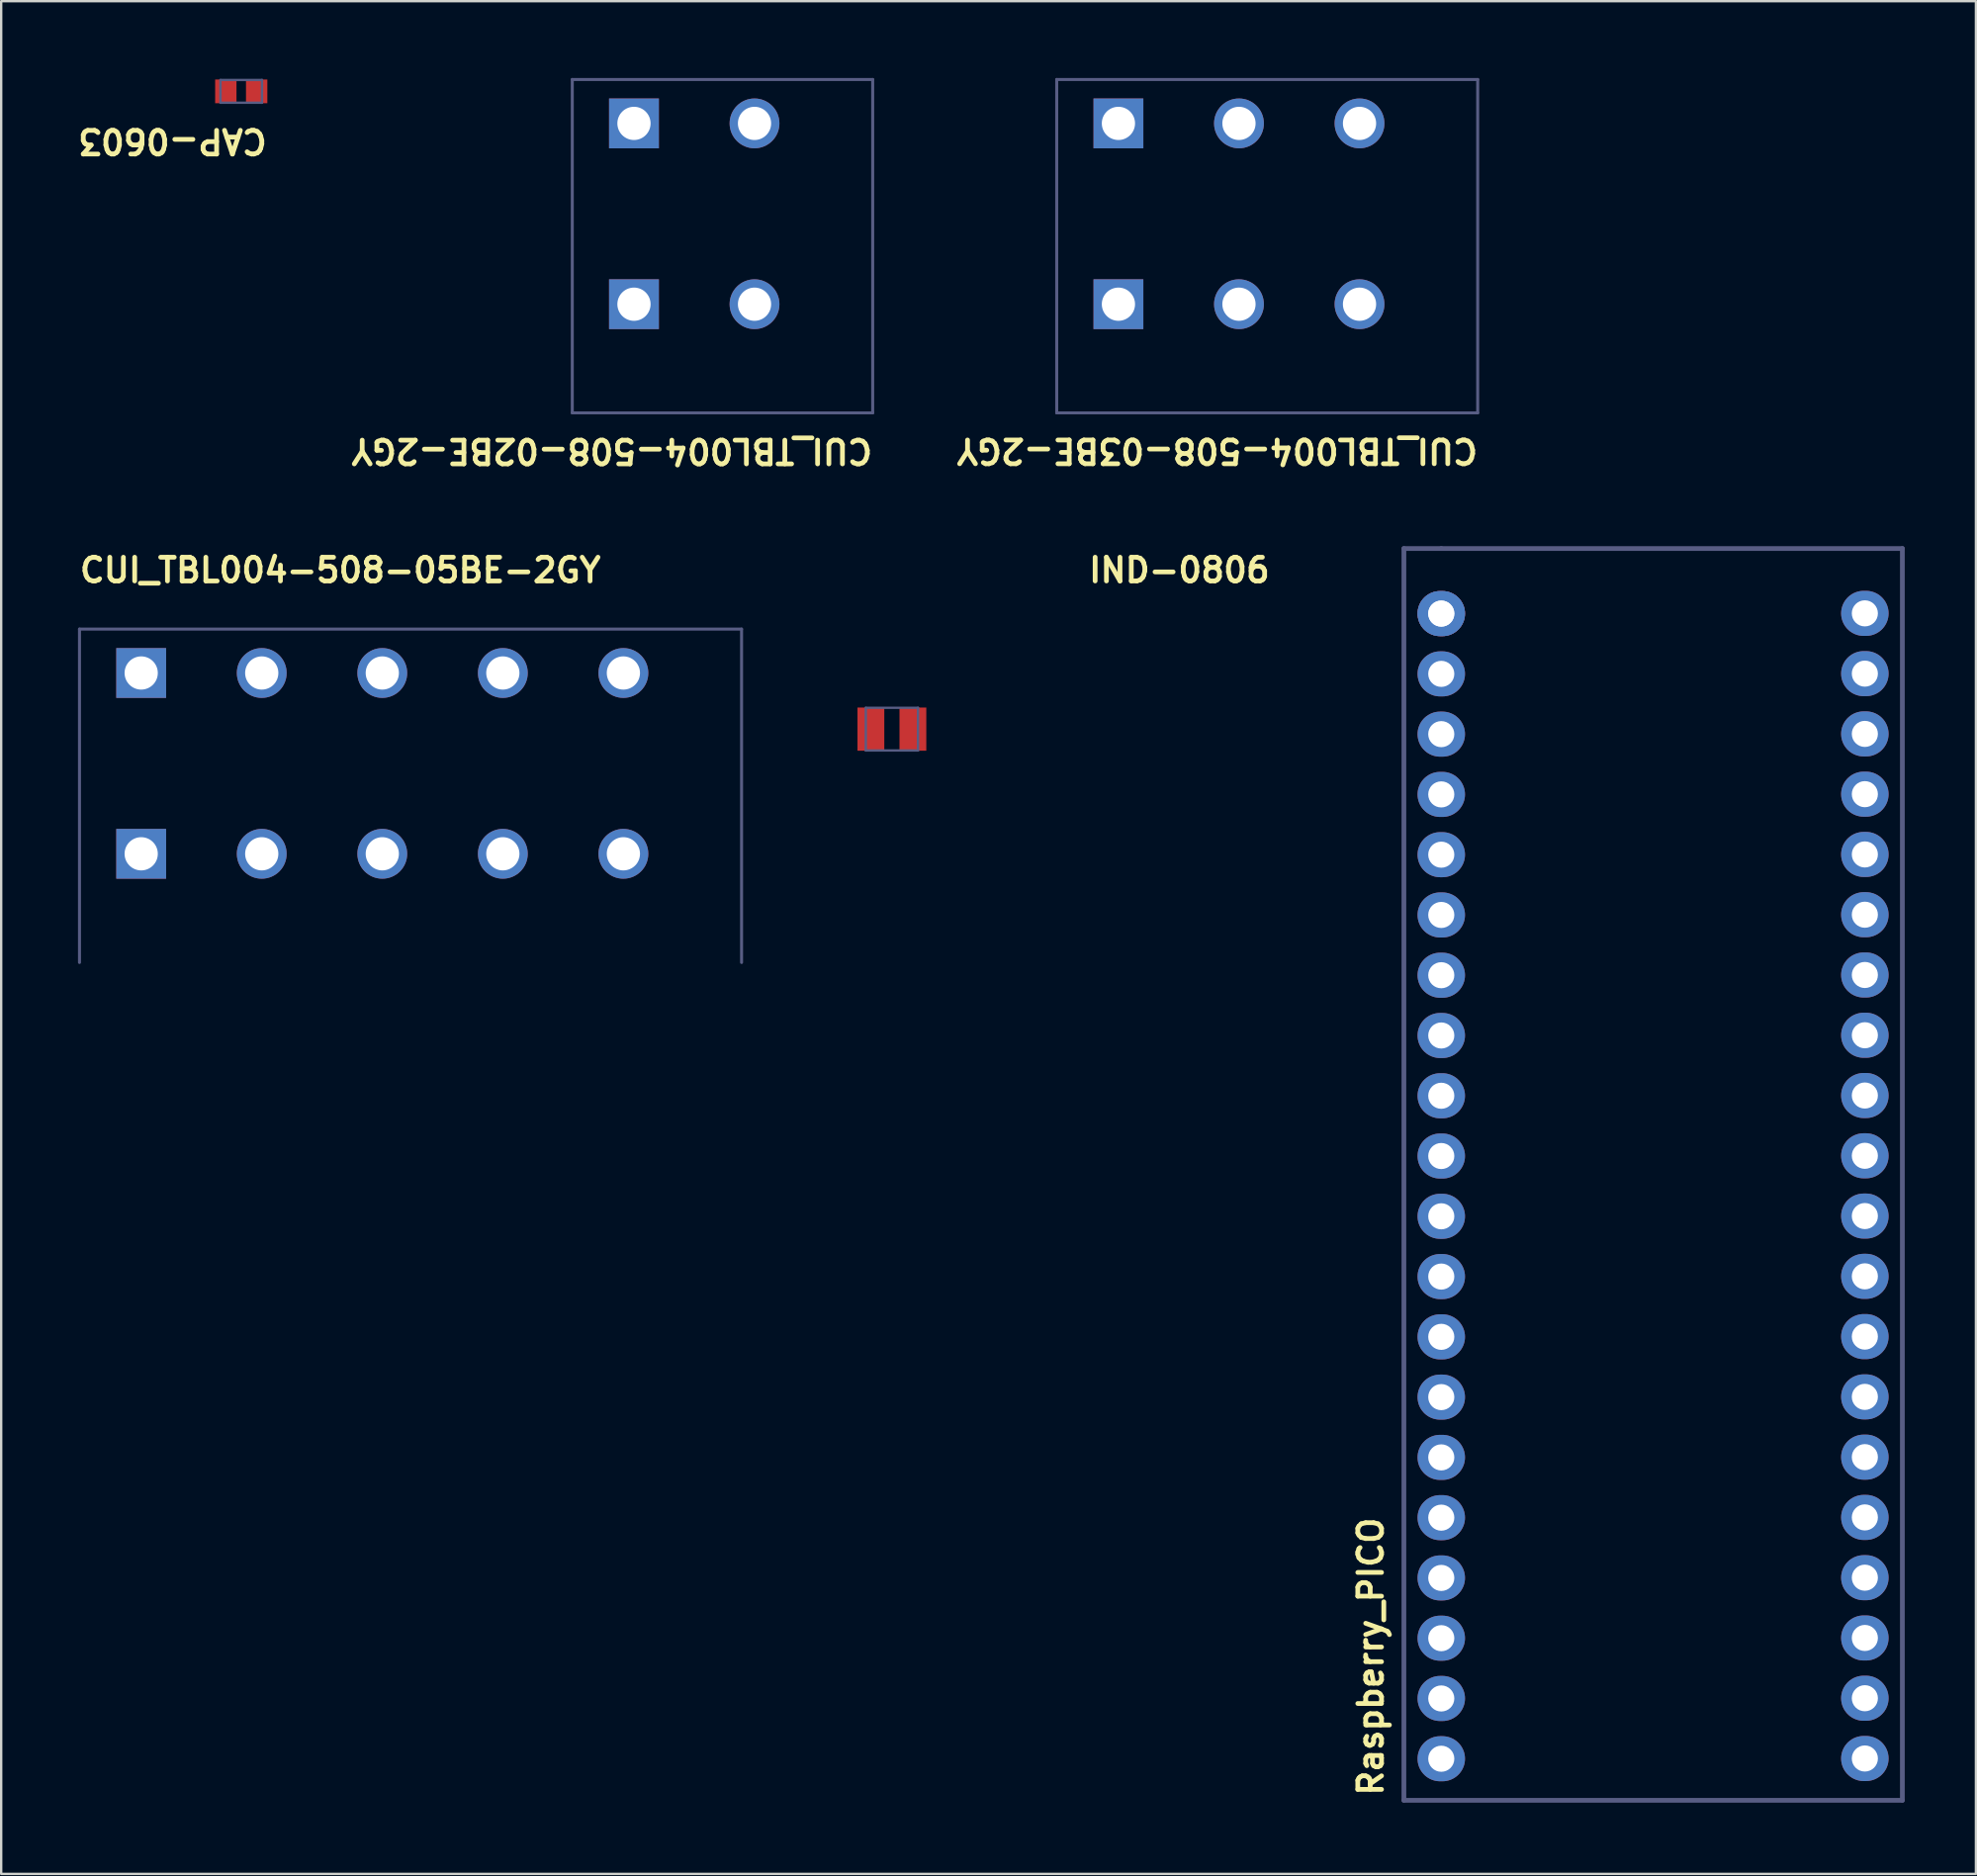
<source format=kicad_pcb>
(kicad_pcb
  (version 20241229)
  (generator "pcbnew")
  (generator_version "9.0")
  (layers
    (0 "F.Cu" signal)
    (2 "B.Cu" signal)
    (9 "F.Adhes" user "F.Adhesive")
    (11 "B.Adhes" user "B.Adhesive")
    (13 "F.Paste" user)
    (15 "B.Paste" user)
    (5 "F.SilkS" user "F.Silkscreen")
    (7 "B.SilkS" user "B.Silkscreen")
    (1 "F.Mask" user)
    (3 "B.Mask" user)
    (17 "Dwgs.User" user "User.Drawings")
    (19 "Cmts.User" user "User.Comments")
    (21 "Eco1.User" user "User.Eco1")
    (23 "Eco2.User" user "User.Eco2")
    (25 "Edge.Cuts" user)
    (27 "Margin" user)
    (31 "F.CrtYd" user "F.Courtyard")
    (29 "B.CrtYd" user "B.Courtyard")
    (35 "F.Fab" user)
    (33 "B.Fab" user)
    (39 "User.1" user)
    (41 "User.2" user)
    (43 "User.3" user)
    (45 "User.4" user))
  (footprint "CUI_TBL004-508-03BE-2GY"
    (layer "F.Cu")
    (at 44.081 2.15)
    (property "Reference" "CUI_TBL004-508-03BE-2GY" (at 15.249 13.21 180) (unlocked yes) (layer "F.SilkS") (effects (font (size 1 1) (thickness 0.2)) (justify left bottom)))
    (fp_line (start -2.85 -2.1) (end -2.85 12.45) (stroke (width 0.1) (type solid)) (layer "Eco1.User"))
    (fp_line (start 15.39 -2.1) (end -2.85 -2.1) (stroke (width 0.1) (type solid)) (layer "Eco1.User"))
    (fp_line (start 15.39 -2.1) (end 15.39 12.45) (stroke (width 0.1) (type solid)) (layer "Eco1.User"))
    (fp_line (start 15.39 12.45) (end -2.85 12.45) (stroke (width 0.1) (type solid)) (layer "Eco1.User"))
    (fp_line (start -2.6 -1.85) (end -2.6 12.2) (stroke (width 0.127) (type solid)) (layer "B.Fab"))
    (fp_line (start 15.14 -1.85) (end -2.6 -1.85) (stroke (width 0.127) (type solid)) (layer "B.Fab"))
    (fp_line (start 15.14 -1.85) (end 15.14 12.2) (stroke (width 0.127) (type solid)) (layer "B.Fab"))
    (fp_line (start 15.14 12.2) (end -2.6 12.2) (stroke (width 0.127) (type solid)) (layer "B.Fab"))
    (pad "1_A" thru_hole rect (at 0 0) (size 2.1 2.1) (drill 1.4) (layers "*.Cu" "*.Mask"))
    (pad "1_B" thru_hole rect (at 0 7.62) (size 2.1 2.1) (drill 1.4) (layers "*.Cu" "*.Mask"))
    (pad "2_A" thru_hole circle (at 5.08 0) (size 2.1 2.1) (drill 1.4) (layers "*.Cu" "*.Mask"))
    (pad "2_B" thru_hole circle (at 5.08 7.62) (size 2.1 2.1) (drill 1.4) (layers "*.Cu" "*.Mask"))
    (pad "3_A" thru_hole circle (at 10.16 0) (size 2.1 2.1) (drill 1.4) (layers "*.Cu" "*.Mask"))
    (pad "3_B" thru_hole circle (at 10.16 7.62) (size 2.1 2.1) (drill 1.4) (layers "*.Cu" "*.Mask")))
  (footprint "Raspberry_PICO"
    (layer "F.Cu")
    (at 57.686 22.809)
    (property "Reference" "Raspberry_PICO" (at -2.385 49.921 90) (unlocked yes) (layer "F.SilkS") (effects (font (size 1 1) (thickness 0.2)) (justify left bottom)))
    (fp_line (start -1.575 50.013) (end -1.575 -2.743) (stroke (width 0.2) (type solid)) (layer "B.Fab"))
    (fp_line (start 0 -2.743) (end -1.575 -2.743) (stroke (width 0.2) (type solid)) (layer "B.Fab"))
    (fp_line (start 19.431 -2.743) (end 0 -2.743) (stroke (width 0.2) (type solid)) (layer "B.Fab"))
    (fp_line (start 19.431 50.013) (end -1.575 50.013) (stroke (width 0.2) (type solid)) (layer "B.Fab"))
    (fp_line (start 19.431 50.013) (end 19.431 -2.743) (stroke (width 0.2) (type solid)) (layer "B.Fab"))
    (fp_text user "${REFERENCE}" (at 5.5 31.305 90) (unlocked yes) (layer "User.2") (effects (font (size 2 2) (thickness 0.254))))
    (pad "1" thru_hole oval (at 0 0 180) (size 2 1.9) (drill 1.1) (layers "*.Cu" "*.Mask"))
    (pad "1" thru_hole oval (at 0 0 180) (size 2 1.9) (drill 1.1) (layers "*.Cu" "*.Mask"))
    (pad "2" thru_hole oval (at 0 2.54 180) (size 2 1.9) (drill 1.1) (layers "*.Cu" "*.Mask"))
    (pad "3" thru_hole oval (at 0 5.08 180) (size 2 1.9) (drill 1.1) (layers "*.Cu" "*.Mask"))
    (pad "4" thru_hole oval (at 0 7.62 180) (size 2 1.9) (drill 1.1) (layers "*.Cu" "*.Mask"))
    (pad "5" thru_hole oval (at 0 10.16 180) (size 2 1.9) (drill 1.1) (layers "*.Cu" "*.Mask"))
    (pad "6" thru_hole oval (at 0 12.7 180) (size 2 1.9) (drill 1.1) (layers "*.Cu" "*.Mask"))
    (pad "7" thru_hole oval (at 0 15.24 180) (size 2 1.9) (drill 1.1) (layers "*.Cu" "*.Mask"))
    (pad "8" thru_hole oval (at 0 17.78 180) (size 2 1.9) (drill 1.1) (layers "*.Cu" "*.Mask"))
    (pad "9" thru_hole oval (at 0 20.32 180) (size 2 1.9) (drill 1.1) (layers "*.Cu" "*.Mask"))
    (pad "10" thru_hole oval (at 0 22.86 180) (size 2 1.9) (drill 1.1) (layers "*.Cu" "*.Mask"))
    (pad "11" thru_hole oval (at 0 25.4 180) (size 2 1.9) (drill 1.1) (layers "*.Cu" "*.Mask"))
    (pad "12" thru_hole oval (at 0 27.94 180) (size 2 1.9) (drill 1.1) (layers "*.Cu" "*.Mask"))
    (pad "13" thru_hole oval (at 0 30.48 180) (size 2 1.9) (drill 1.1) (layers "*.Cu" "*.Mask"))
    (pad "14" thru_hole oval (at 0 33.02 180) (size 2 1.9) (drill 1.1) (layers "*.Cu" "*.Mask"))
    (pad "15" thru_hole oval (at 0 35.56 180) (size 2 1.9) (drill 1.1) (layers "*.Cu" "*.Mask"))
    (pad "16" thru_hole oval (at 0 38.1 180) (size 2 1.9) (drill 1.1) (layers "*.Cu" "*.Mask"))
    (pad "17" thru_hole oval (at 0 40.64 180) (size 2 1.9) (drill 1.1) (layers "*.Cu" "*.Mask"))
    (pad "18" thru_hole oval (at 0 43.18 180) (size 2 1.9) (drill 1.1) (layers "*.Cu" "*.Mask"))
    (pad "19" thru_hole oval (at 0 45.72 180) (size 2 1.9) (drill 1.1) (layers "*.Cu" "*.Mask"))
    (pad "20" thru_hole oval (at 0 48.26 180) (size 2 1.9) (drill 1.1) (layers "*.Cu" "*.Mask"))
    (pad "21" thru_hole oval (at 17.85 48.25 180) (size 2 1.9) (drill 1.1) (layers "*.Cu" "*.Mask"))
    (pad "22" thru_hole oval (at 17.85 45.71 180) (size 2 1.9) (drill 1.1) (layers "*.Cu" "*.Mask"))
    (pad "23" thru_hole oval (at 17.85 43.17 180) (size 2 1.9) (drill 1.1) (layers "*.Cu" "*.Mask"))
    (pad "24" thru_hole oval (at 17.85 40.63 180) (size 2 1.9) (drill 1.1) (layers "*.Cu" "*.Mask"))
    (pad "25" thru_hole oval (at 17.85 38.09 180) (size 2 1.9) (drill 1.1) (layers "*.Cu" "*.Mask"))
    (pad "26" thru_hole oval (at 17.85 35.55 180) (size 2 1.9) (drill 1.1) (layers "*.Cu" "*.Mask"))
    (pad "27" thru_hole oval (at 17.85 33.01 180) (size 2 1.9) (drill 1.1) (layers "*.Cu" "*.Mask"))
    (pad "28" thru_hole oval (at 17.85 30.47 180) (size 2 1.9) (drill 1.1) (layers "*.Cu" "*.Mask"))
    (pad "29" thru_hole oval (at 17.85 27.93 180) (size 2 1.9) (drill 1.1) (layers "*.Cu" "*.Mask"))
    (pad "30" thru_hole oval (at 17.85 25.39 180) (size 2 1.9) (drill 1.1) (layers "*.Cu" "*.Mask"))
    (pad "31" thru_hole oval (at 17.85 22.85 180) (size 2 1.9) (drill 1.1) (layers "*.Cu" "*.Mask"))
    (pad "32" thru_hole oval (at 17.85 20.31 180) (size 2 1.9) (drill 1.1) (layers "*.Cu" "*.Mask"))
    (pad "33" thru_hole oval (at 17.85 17.77 180) (size 2 1.9) (drill 1.1) (layers "*.Cu" "*.Mask"))
    (pad "34" thru_hole oval (at 17.85 15.23 180) (size 2 1.9) (drill 1.1) (layers "*.Cu" "*.Mask"))
    (pad "35" thru_hole oval (at 17.85 12.69 180) (size 2 1.9) (drill 1.1) (layers "*.Cu" "*.Mask"))
    (pad "36" thru_hole oval (at 17.85 10.15 180) (size 2 1.9) (drill 1.1) (layers "*.Cu" "*.Mask"))
    (pad "37" thru_hole oval (at 17.85 7.61 180) (size 2 1.9) (drill 1.1) (layers "*.Cu" "*.Mask"))
    (pad "38" thru_hole oval (at 17.85 5.07 180) (size 2 1.9) (drill 1.1) (layers "*.Cu" "*.Mask"))
    (pad "39" thru_hole oval (at 17.85 2.53 180) (size 2 1.9) (drill 1.1) (layers "*.Cu" "*.Mask"))
    (pad "40" thru_hole oval (at 17.85 -0.01 180) (size 2 1.9) (drill 1.1) (layers "*.Cu" "*.Mask")))
  (footprint "CAP-0603"
    (layer "F.Cu")
    (at 7.116 0.8)
    (property "Reference" "CAP-0603" (at 1.189 1.509 180) (unlocked yes) (layer "F.SilkS") (effects (font (size 1 1) (thickness 0.2)) (justify left bottom)))
    (fp_line (start -1.35 -0.75) (end -1.35 0.75) (stroke (width 0.1) (type solid)) (layer "Eco1.User"))
    (fp_line (start 1.35 -0.75) (end -1.35 -0.75) (stroke (width 0.1) (type solid)) (layer "Eco1.User"))
    (fp_line (start 1.35 -0.75) (end 1.35 0.75) (stroke (width 0.1) (type solid)) (layer "Eco1.User"))
    (fp_line (start 1.35 0.75) (end -1.35 0.75) (stroke (width 0.1) (type solid)) (layer "Eco1.User"))
    (fp_line (start -0.875 -0.48) (end -0.875 0.48) (stroke (width 0.1) (type solid)) (layer "B.Fab"))
    (fp_line (start 0.875 -0.48) (end -0.875 -0.48) (stroke (width 0.1) (type solid)) (layer "B.Fab"))
    (fp_line (start 0.875 -0.48) (end 0.875 0.48) (stroke (width 0.1) (type solid)) (layer "B.Fab"))
    (fp_line (start 0.875 0.48) (end -0.875 0.48) (stroke (width 0.1) (type solid)) (layer "B.Fab"))
    (fp_text user "${REFERENCE}" (at -1.15 0.3 0) (unlocked yes) (layer "User.2") (effects (font (size 0.55 0.55) (thickness 0.254))))
    (pad "1" smd rect (at -0.65 0 90) (size 1 0.9) (layers "F.Cu" "F.Mask" "F.Paste"))
    (pad "2" smd rect (at 0.65 0 90) (size 1 0.9) (layers "F.Cu" "F.Mask" "F.Paste")))
  (footprint "IND-0806"
    (layer "F.Cu")
    (at 34.535 27.678)
    (property "Reference" "IND-0806" (at 8.195 -6.112 0) (unlocked yes) (layer "F.SilkS") (effects (font (size 1 1) (thickness 0.2)) (justify left bottom)))
    (fp_line (start -1.7 -1.15) (end 1.7 -1.15) (stroke (width 0.1) (type solid)) (layer "Eco1.User"))
    (fp_line (start -1.7 1.15) (end -1.7 -1.15) (stroke (width 0.1) (type solid)) (layer "Eco1.User"))
    (fp_line (start -1.7 1.15) (end 1.7 1.15) (stroke (width 0.1) (type solid)) (layer "Eco1.User"))
    (fp_line (start 1.7 1.15) (end 1.7 -1.15) (stroke (width 0.1) (type solid)) (layer "Eco1.User"))
    (fp_line (start -1.1 -0.9) (end 1.1 -0.9) (stroke (width 0.1) (type solid)) (layer "B.Fab"))
    (fp_line (start -1.1 0.9) (end -1.1 -0.9) (stroke (width 0.1) (type solid)) (layer "B.Fab"))
    (fp_line (start -1.1 0.9) (end 1.1 0.9) (stroke (width 0.1) (type solid)) (layer "B.Fab"))
    (fp_line (start 1.1 0.9) (end 1.1 -0.9) (stroke (width 0.1) (type solid)) (layer "B.Fab"))
    (fp_text user "${REFERENCE}" (at -1.005 0.08 0) (unlocked yes) (layer "User.2") (effects (font (size 0.5 0.5) (thickness 0.254))))
    (pad "1" smd rect (at -0.885 0 90) (size 1.82 1.13) (layers "F.Cu" "F.Mask" "F.Paste"))
    (pad "2" smd rect (at 0.885 0 90) (size 1.82 1.13) (layers "F.Cu" "F.Mask" "F.Paste")))
  (footprint "CUI_TBL004-508-05BE-2GY"
    (layer "F.Cu")
    (at 2.9 25.312)
    (property "Reference" "CUI_TBL004-508-05BE-2GY" (at -2.692 -3.746 0) (unlocked yes) (layer "F.SilkS") (effects (font (size 1 1) (thickness 0.2)) (justify left bottom)))
    (fp_line (start -2.85 -2.1) (end 25.55 -2.1) (stroke (width 0.1) (type solid)) (layer "Eco1.User"))
    (fp_line (start -2.85 12.45) (end -2.85 -2.1) (stroke (width 0.1) (type solid)) (layer "Eco1.User"))
    (fp_line (start -2.85 12.45) (end 25.55 12.45) (stroke (width 0.1) (type solid)) (layer "Eco1.User"))
    (fp_line (start 25.55 12.45) (end 25.55 -2.1) (stroke (width 0.1) (type solid)) (layer "Eco1.User"))
    (fp_line (start -2.6 -1.85) (end 25.3 -1.85) (stroke (width 0.127) (type solid)) (layer "B.Fab"))
    (fp_line (start -2.6 12.2) (end -2.6 -1.85) (stroke (width 0.127) (type solid)) (layer "B.Fab"))
    (fp_line (start 25.3 12.2) (end 25.3 -1.85) (stroke (width 0.127) (type solid)) (layer "B.Fab"))
    (pad "1_A" thru_hole rect (at 0 0) (size 2.1 2.1) (drill 1.4) (layers "*.Cu" "*.Mask"))
    (pad "1_B" thru_hole rect (at 0 7.62) (size 2.1 2.1) (drill 1.4) (layers "*.Cu" "*.Mask"))
    (pad "2_A" thru_hole circle (at 5.08 0) (size 2.1 2.1) (drill 1.4) (layers "*.Cu" "*.Mask"))
    (pad "2_B" thru_hole circle (at 5.08 7.62) (size 2.1 2.1) (drill 1.4) (layers "*.Cu" "*.Mask"))
    (pad "3_A" thru_hole circle (at 10.16 0) (size 2.1 2.1) (drill 1.4) (layers "*.Cu" "*.Mask"))
    (pad "3_B" thru_hole circle (at 10.16 7.62) (size 2.1 2.1) (drill 1.4) (layers "*.Cu" "*.Mask"))
    (pad "4_A" thru_hole circle (at 15.24 0) (size 2.1 2.1) (drill 1.4) (layers "*.Cu" "*.Mask"))
    (pad "4_B" thru_hole circle (at 15.24 7.62) (size 2.1 2.1) (drill 1.4) (layers "*.Cu" "*.Mask"))
    (pad "5_A" thru_hole circle (at 20.32 0) (size 2.1 2.1) (drill 1.4) (layers "*.Cu" "*.Mask"))
    (pad "5_B" thru_hole circle (at 20.32 7.62) (size 2.1 2.1) (drill 1.4) (layers "*.Cu" "*.Mask")))
  (footprint "CUI_TBL004-508-02BE-2GY"
    (layer "F.Cu")
    (at 23.666 2.15)
    (property "Reference" "CUI_TBL004-508-02BE-2GY" (at 10.155 13.216 180) (unlocked yes) (layer "F.SilkS") (effects (font (size 1 1) (thickness 0.2)) (justify left bottom)))
    (fp_line (start -2.85 -2.1) (end -2.85 12.45) (stroke (width 0.1) (type solid)) (layer "Eco1.User"))
    (fp_line (start 10.31 -2.1) (end -2.85 -2.1) (stroke (width 0.1) (type solid)) (layer "Eco1.User"))
    (fp_line (start 10.31 -2.1) (end 10.31 12.45) (stroke (width 0.1) (type solid)) (layer "Eco1.User"))
    (fp_line (start 10.31 12.45) (end -2.85 12.45) (stroke (width 0.1) (type solid)) (layer "Eco1.User"))
    (fp_line (start -2.6 -1.85) (end -2.6 12.2) (stroke (width 0.127) (type solid)) (layer "B.Fab"))
    (fp_line (start 10.06 -1.85) (end -2.6 -1.85) (stroke (width 0.127) (type solid)) (layer "B.Fab"))
    (fp_line (start 10.06 -1.85) (end 10.06 12.2) (stroke (width 0.127) (type solid)) (layer "B.Fab"))
    (fp_line (start 10.06 12.2) (end -2.6 12.2) (stroke (width 0.127) (type solid)) (layer "B.Fab"))
    (pad "1_A" thru_hole rect (at 0 0) (size 2.1 2.1) (drill 1.4) (layers "*.Cu" "*.Mask"))
    (pad "1_B" thru_hole rect (at 0 7.62) (size 2.1 2.1) (drill 1.4) (layers "*.Cu" "*.Mask"))
    (pad "2_A" thru_hole circle (at 5.08 0) (size 2.1 2.1) (drill 1.4) (layers "*.Cu" "*.Mask"))
    (pad "2_B" thru_hole circle (at 5.08 7.62) (size 2.1 2.1) (drill 1.4) (layers "*.Cu" "*.Mask")))
  (gr_rect
    (start -3 -3)
    (end 80.217 75.922)
    (stroke (width 0.1) (type default))
    (fill no)
    (layer "Edge.Cuts")))
</source>
